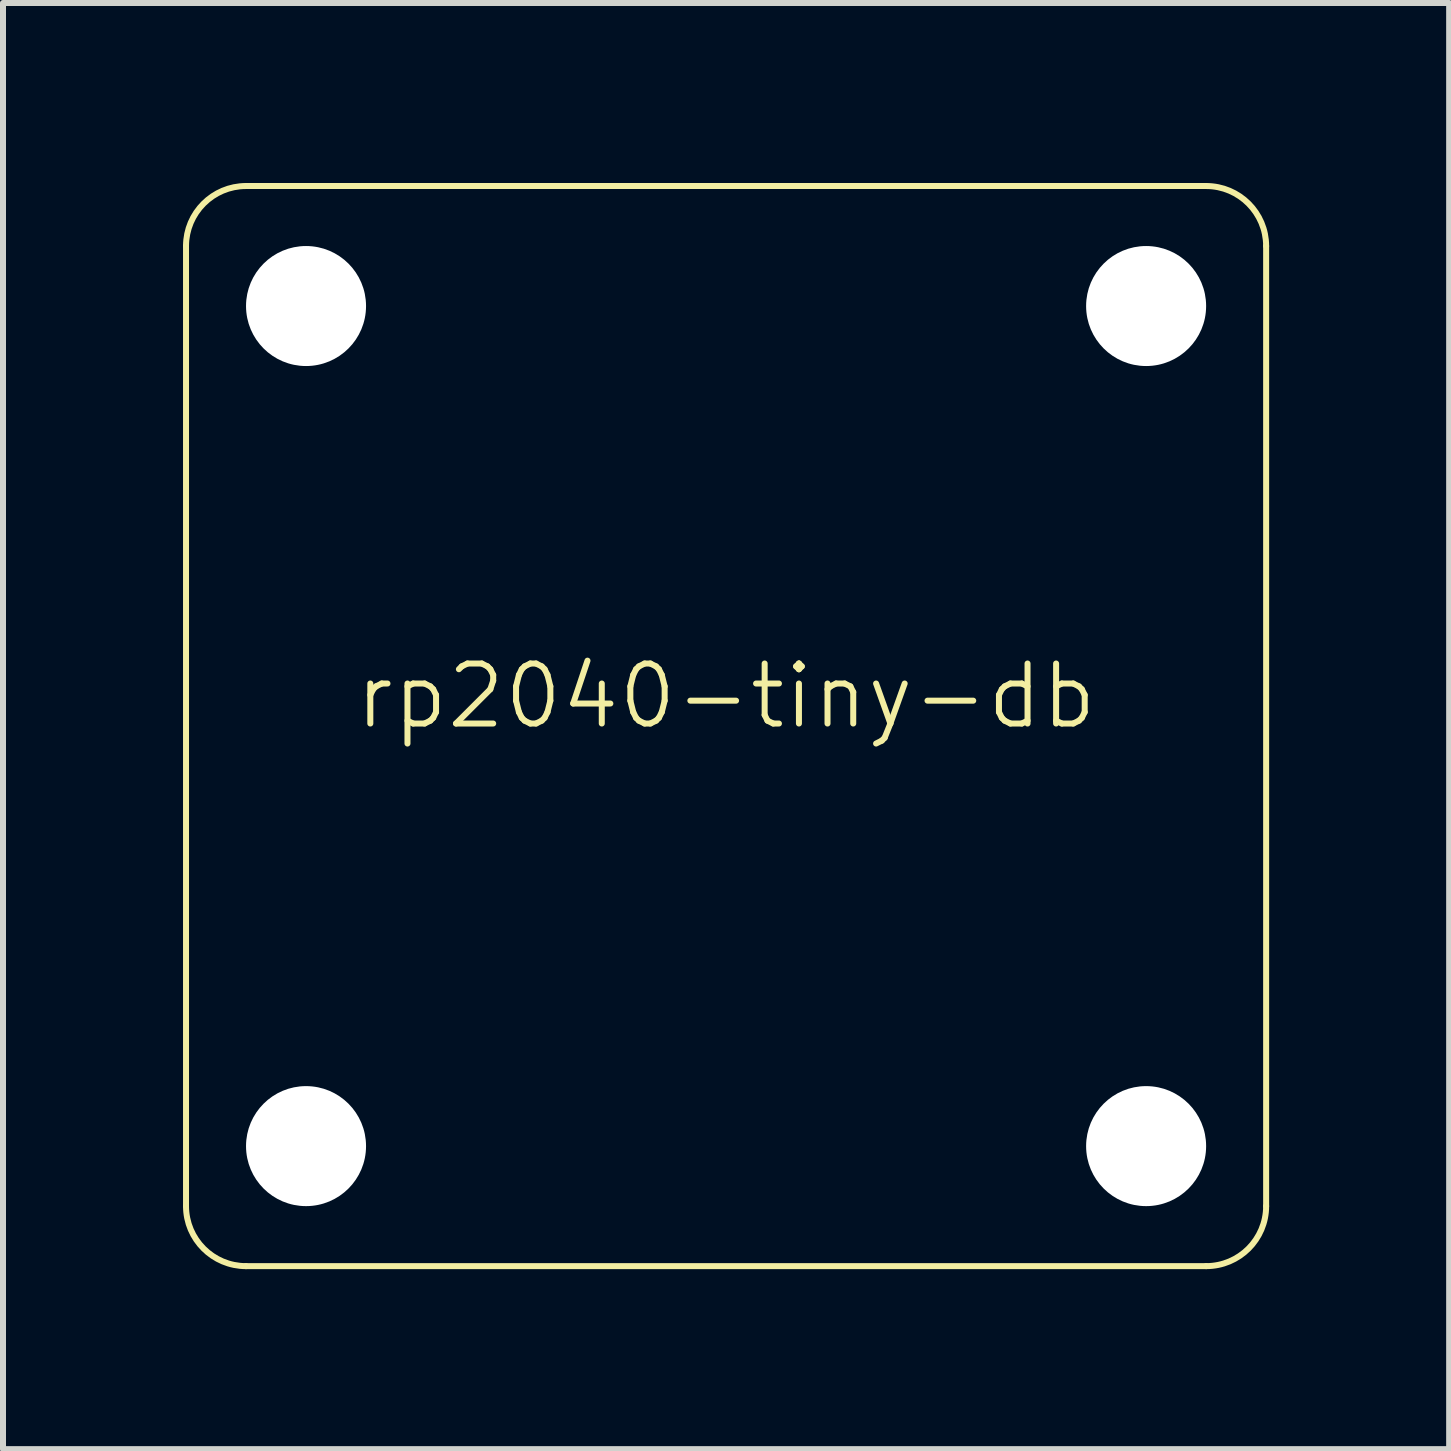
<source format=kicad_pcb>
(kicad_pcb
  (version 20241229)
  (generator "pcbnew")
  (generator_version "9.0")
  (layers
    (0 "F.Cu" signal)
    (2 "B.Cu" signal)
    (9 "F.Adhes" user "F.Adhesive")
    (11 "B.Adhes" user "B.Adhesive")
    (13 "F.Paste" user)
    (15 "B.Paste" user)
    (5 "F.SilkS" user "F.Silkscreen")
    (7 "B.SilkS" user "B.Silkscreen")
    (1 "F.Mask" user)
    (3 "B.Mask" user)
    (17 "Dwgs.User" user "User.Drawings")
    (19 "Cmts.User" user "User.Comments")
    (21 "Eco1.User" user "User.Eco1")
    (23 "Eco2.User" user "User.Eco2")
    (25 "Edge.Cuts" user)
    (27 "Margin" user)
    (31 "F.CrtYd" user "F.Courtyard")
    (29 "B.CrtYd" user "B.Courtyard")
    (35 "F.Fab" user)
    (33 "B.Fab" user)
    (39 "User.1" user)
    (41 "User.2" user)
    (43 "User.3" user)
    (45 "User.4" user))
  (footprint "rp2040-tiny-db"
    (layer "F.Cu")
    (at 9.05 9.05)
    (property "Reference" "rp2040-tiny-db" (at 0 -0.5 0) (unlocked yes) (layer "F.SilkS") (effects (font (size 1 1) (thickness 0.1))))
    (attr through_hole)
    (fp_line (start -9 8) (end -9 -8) (stroke (width 0.1) (type default)) (layer "F.SilkS"))
    (fp_line (start -8 -9) (end 8 -9) (stroke (width 0.1) (type default)) (layer "F.SilkS"))
    (fp_line (start 8 9) (end -8 9) (stroke (width 0.1) (type default)) (layer "F.SilkS"))
    (fp_line (start 9 -8) (end 9 8) (stroke (width 0.1) (type default)) (layer "F.SilkS"))
    (fp_arc (start -9 -8) (mid -8.707107 -8.707107) (end -8 -9) (stroke (width 0.1) (type default)) (layer "F.SilkS"))
    (fp_arc (start -8 9) (mid -8.707107 8.707107) (end -9 8) (stroke (width 0.1) (type default)) (layer "F.SilkS"))
    (fp_arc (start 8 -9) (mid 8.707107 -8.707107) (end 9 -8) (stroke (width 0.1) (type default)) (layer "F.SilkS"))
    (fp_arc (start 9 8) (mid 8.707107 8.707107) (end 8 9) (stroke (width 0.1) (type default)) (layer "F.SilkS"))
    (pad "" np_thru_hole circle (at -7 -7) (size 2 2) (drill 2) (layers "*.Cu" "*.Mask"))
    (pad "" np_thru_hole circle (at -7 7) (size 2 2) (drill 2) (layers "*.Cu" "*.Mask"))
    (pad "" np_thru_hole circle (at 7 -7) (size 2 2) (drill 2) (layers "*.Cu" "*.Mask"))
    (pad "" np_thru_hole circle (at 7 7) (size 2 2) (drill 2) (layers "*.Cu" "*.Mask")))
  (gr_rect
    (start -3 -3)
    (end 21.1 21.1)
    (stroke (width 0.1) (type default))
    (fill no)
    (layer "Edge.Cuts")))
</source>
